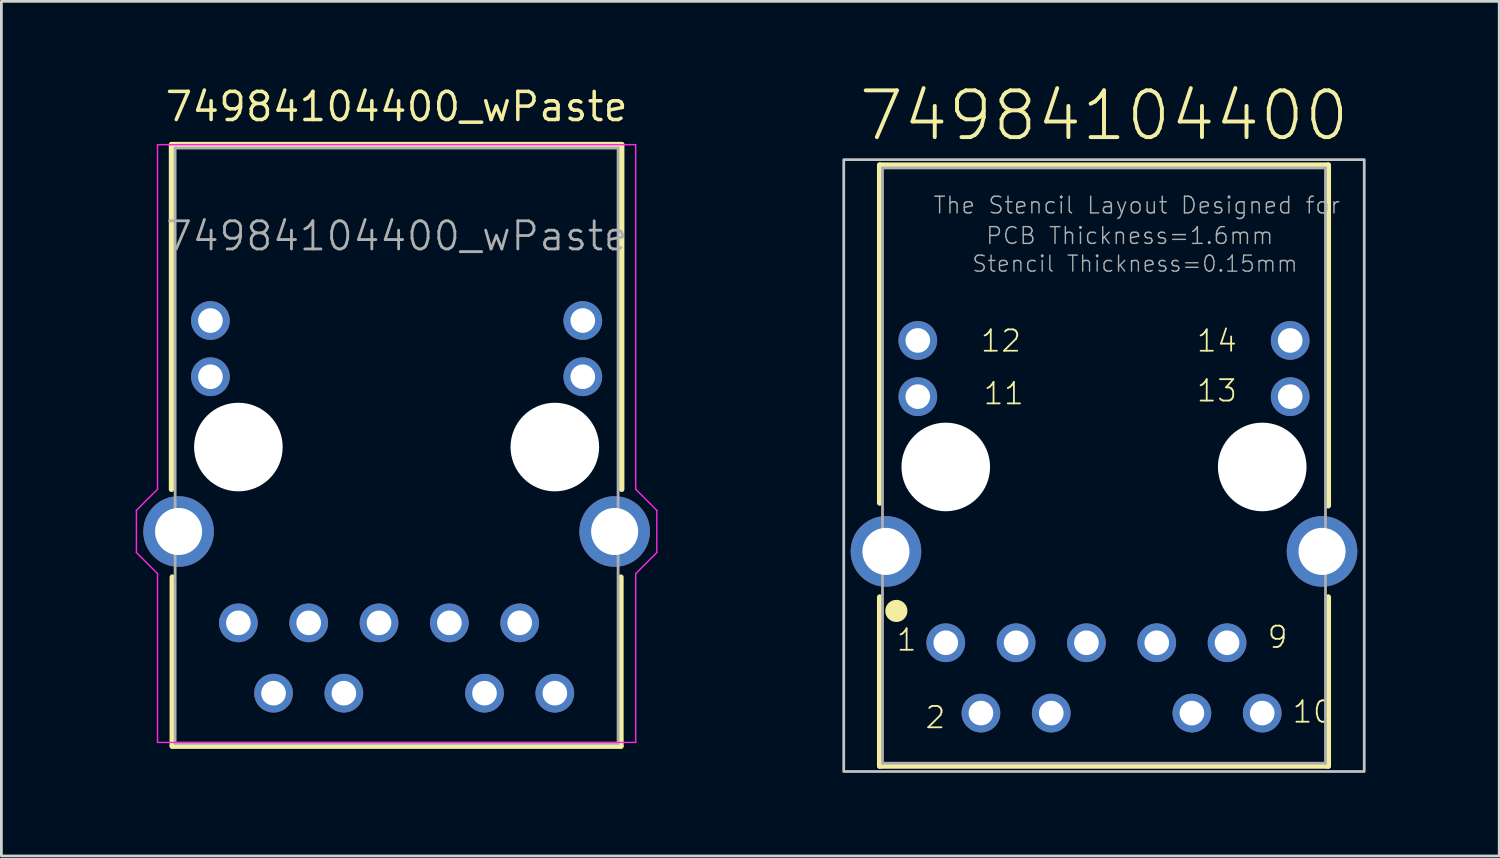
<source format=kicad_pcb>
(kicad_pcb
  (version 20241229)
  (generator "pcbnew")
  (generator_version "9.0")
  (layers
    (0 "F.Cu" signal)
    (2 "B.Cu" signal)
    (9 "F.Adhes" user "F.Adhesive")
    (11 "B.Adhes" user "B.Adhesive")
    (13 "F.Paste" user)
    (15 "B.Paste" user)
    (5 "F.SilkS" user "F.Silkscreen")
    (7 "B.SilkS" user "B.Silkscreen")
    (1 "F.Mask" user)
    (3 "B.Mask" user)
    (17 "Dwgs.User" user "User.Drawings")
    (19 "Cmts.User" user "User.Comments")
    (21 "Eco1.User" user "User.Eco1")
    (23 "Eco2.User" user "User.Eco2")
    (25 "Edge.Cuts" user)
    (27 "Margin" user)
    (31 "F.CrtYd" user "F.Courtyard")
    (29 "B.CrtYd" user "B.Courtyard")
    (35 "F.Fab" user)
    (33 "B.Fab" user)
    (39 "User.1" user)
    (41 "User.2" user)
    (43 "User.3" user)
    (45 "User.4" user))
  (footprint "74984104400_wPaste"
    (layer "F.Cu")
    (at 11.275 13.097)
    (property "Reference" "74984104400_wPaste" (at 0 -11.7 0) (layer "F.SilkS") (effects (font (size 1.016 1.016) (thickness 0.127)) (justify bottom)))
    (attr through_hole)
    (fp_line (start -8.128 -10.922) (end -8.128 1.524) (stroke (width 0.2) (type solid)) (layer "F.SilkS"))
    (fp_line (start -8.128 -10.922) (end 8.128 -10.922) (stroke (width 0.2) (type solid)) (layer "F.SilkS"))
    (fp_line (start -8.1 4.7) (end -8.1 10.8) (stroke (width 0.2) (type solid)) (layer "F.SilkS"))
    (fp_line (start -8.1 10.8) (end 8.1 10.8) (stroke (width 0.2) (type solid)) (layer "F.SilkS"))
    (fp_line (start 8.1 10.8) (end 8.1 4.7) (stroke (width 0.2) (type solid)) (layer "F.SilkS"))
    (fp_line (start 8.128 -10.922) (end 8.128 1.524) (stroke (width 0.2) (type solid)) (layer "F.SilkS"))
    (fp_poly (pts (xy -11.275 1.75) (xy -4.475 1.75) (xy -4.475 4.35) (xy -11.275 4.35)) (stroke (width 0) (type solid)) (fill yes) (layer "F.Paste"))
    (fp_poly (pts (xy -8.625 -5.37) (xy -4.825 -5.37) (xy -4.825 -3.77) (xy -8.625 -3.77)) (stroke (width 0) (type solid)) (fill yes) (layer "F.Paste"))
    (fp_poly (pts (xy -8.625 -3.34) (xy -4.825 -3.34) (xy -4.825 -1.74) (xy -8.625 -1.74)) (stroke (width 0) (type solid)) (fill yes) (layer "F.Paste"))
    (fp_poly (pts (xy -6.82 4.65) (xy -4.62 4.65) (xy -4.62 7.45) (xy -6.82 7.45)) (stroke (width 0) (type solid)) (fill yes) (layer "F.Paste"))
    (fp_poly (pts (xy -5.55 7.79) (xy -3.35 7.79) (xy -3.35 10.59) (xy -5.55 10.59)) (stroke (width 0) (type solid)) (fill yes) (layer "F.Paste"))
    (fp_poly (pts (xy -4.28 4.65) (xy -2.08 4.65) (xy -2.08 7.45) (xy -4.28 7.45)) (stroke (width 0) (type solid)) (fill yes) (layer "F.Paste"))
    (fp_poly (pts (xy -3.01 7.79) (xy -0.81 7.79) (xy -0.81 10.59) (xy -3.01 10.59)) (stroke (width 0) (type solid)) (fill yes) (layer "F.Paste"))
    (fp_poly (pts (xy -1.74 4.65) (xy 0.46 4.65) (xy 0.46 7.45) (xy -1.74 7.45)) (stroke (width 0) (type solid)) (fill yes) (layer "F.Paste"))
    (fp_poly (pts (xy 0.8 4.65) (xy 3 4.65) (xy 3 7.45) (xy 0.8 7.45)) (stroke (width 0) (type solid)) (fill yes) (layer "F.Paste"))
    (fp_poly (pts (xy 2.07 7.79) (xy 4.27 7.79) (xy 4.27 10.59) (xy 2.07 10.59)) (stroke (width 0) (type solid)) (fill yes) (layer "F.Paste"))
    (fp_poly (pts (xy 3.34 4.65) (xy 5.54 4.65) (xy 5.54 7.45) (xy 3.34 7.45)) (stroke (width 0) (type solid)) (fill yes) (layer "F.Paste"))
    (fp_poly (pts (xy 4.475 1.75) (xy 11.275 1.75) (xy 11.275 4.35) (xy 4.475 4.35)) (stroke (width 0) (type solid)) (fill yes) (layer "F.Paste"))
    (fp_poly (pts (xy 4.61 7.79) (xy 6.81 7.79) (xy 6.81 10.59) (xy 4.61 10.59)) (stroke (width 0) (type solid)) (fill yes) (layer "F.Paste"))
    (fp_poly (pts (xy 4.825 -5.37) (xy 8.625 -5.37) (xy 8.625 -3.77) (xy 4.825 -3.77)) (stroke (width 0) (type solid)) (fill yes) (layer "F.Paste"))
    (fp_poly (pts (xy 4.825 -3.34) (xy 8.625 -3.34) (xy 8.625 -1.74) (xy 4.825 -1.74)) (stroke (width 0) (type solid)) (fill yes) (layer "F.Paste"))
    (fp_line (start -9.398 2.286) (end -9.398 3.81) (stroke (width 0.051) (type solid)) (layer "F.CrtYd"))
    (fp_line (start -9.398 3.81) (end -8.636 4.572) (stroke (width 0.051) (type solid)) (layer "F.CrtYd"))
    (fp_line (start -8.636 -10.922) (end 8.636 -10.922) (stroke (width 0.051) (type solid)) (layer "F.CrtYd"))
    (fp_line (start -8.636 1.524) (end -9.398 2.286) (stroke (width 0.051) (type solid)) (layer "F.CrtYd"))
    (fp_line (start -8.636 1.524) (end -8.636 -10.922) (stroke (width 0.051) (type solid)) (layer "F.CrtYd"))
    (fp_line (start -8.636 4.572) (end -8.636 10.668) (stroke (width 0.051) (type solid)) (layer "F.CrtYd"))
    (fp_line (start 8.636 -10.922) (end 8.636 1.524) (stroke (width 0.051) (type solid)) (layer "F.CrtYd"))
    (fp_line (start 8.636 1.524) (end 9.398 2.286) (stroke (width 0.051) (type solid)) (layer "F.CrtYd"))
    (fp_line (start 8.636 4.572) (end 8.636 10.668) (stroke (width 0.051) (type solid)) (layer "F.CrtYd"))
    (fp_line (start 8.636 10.668) (end -8.636 10.668) (stroke (width 0.051) (type solid)) (layer "F.CrtYd"))
    (fp_line (start 9.398 2.286) (end 9.398 3.81) (stroke (width 0.051) (type solid)) (layer "F.CrtYd"))
    (fp_line (start 9.398 3.81) (end 8.636 4.572) (stroke (width 0.051) (type solid)) (layer "F.CrtYd"))
    (fp_line (start -8 -10.8) (end 8 -10.8) (stroke (width 0.102) (type solid)) (layer "F.Fab"))
    (fp_line (start -8 10.7) (end -8 -10.8) (stroke (width 0.102) (type solid)) (layer "F.Fab"))
    (fp_line (start 8 -10.8) (end 8 10.7) (stroke (width 0.102) (type solid)) (layer "F.Fab"))
    (fp_line (start 8 10.7) (end -8 10.7) (stroke (width 0.102) (type solid)) (layer "F.Fab"))
    (fp_text user "${REFERENCE}" (at 0 -7.62 0) (layer "F.Fab") (effects (font (size 1.016 1.016) (thickness 0.102))))
    (pad "" np_thru_hole circle (at -5.715 0) (size 3.2 3.2) (drill 3.2) (layers "*.Cu" "*.Mask"))
    (pad "" np_thru_hole circle (at 5.715 0) (size 3.2 3.2) (drill 3.2) (layers "*.Cu" "*.Mask"))
    (pad "1" thru_hole circle (at -5.715 6.35) (size 1.398 1.398) (drill 0.89) (layers "*.Cu" "*.Mask"))
    (pad "2" thru_hole circle (at -4.445 8.89) (size 1.398 1.398) (drill 0.89) (layers "*.Cu" "*.Mask"))
    (pad "3" thru_hole circle (at -3.175 6.35) (size 1.398 1.398) (drill 0.89) (layers "*.Cu" "*.Mask"))
    (pad "4" thru_hole circle (at -1.905 8.89) (size 1.398 1.398) (drill 0.89) (layers "*.Cu" "*.Mask"))
    (pad "5" thru_hole circle (at -0.635 6.35) (size 1.398 1.398) (drill 0.89) (layers "*.Cu" "*.Mask"))
    (pad "7" thru_hole circle (at 1.905 6.35) (size 1.398 1.398) (drill 0.89) (layers "*.Cu" "*.Mask"))
    (pad "8" thru_hole circle (at 3.175 8.89) (size 1.398 1.398) (drill 0.89) (layers "*.Cu" "*.Mask"))
    (pad "9" thru_hole circle (at 4.445 6.35) (size 1.398 1.398) (drill 0.89) (layers "*.Cu" "*.Mask"))
    (pad "10" thru_hole circle (at 5.715 8.89) (size 1.398 1.398) (drill 0.89) (layers "*.Cu" "*.Mask"))
    (pad "11" thru_hole circle (at -6.725 -2.54) (size 1.398 1.398) (drill 0.89) (layers "*.Cu" "*.Mask"))
    (pad "12" thru_hole circle (at -6.725 -4.57) (size 1.398 1.398) (drill 0.89) (layers "*.Cu" "*.Mask"))
    (pad "13" thru_hole circle (at 6.725 -2.54) (size 1.398 1.398) (drill 0.89) (layers "*.Cu" "*.Mask"))
    (pad "14" thru_hole circle (at 6.725 -4.57) (size 1.398 1.398) (drill 0.89) (layers "*.Cu" "*.Mask"))
    (pad "15" thru_hole circle (at -7.875 3.05) (size 2.55 2.55) (drill 1.7) (layers "*.Cu" "*.Mask"))
    (pad "16" thru_hole circle (at 7.875 3.05) (size 2.55 2.55) (drill 1.7) (layers "*.Cu" "*.Mask")))
  (footprint "74984104400"
    (layer "F.Cu")
    (at 36.825 13.816)
    (property "Reference" "74984104400" (at 0 -11.7 0) (layer "F.SilkS") (effects (font (size 1.689 1.689) (thickness 0.142)) (justify bottom)))
    (attr through_hole)
    (fp_line (start -8.1 -10.9) (end 8.1 -10.9) (stroke (width 0.2) (type solid)) (layer "F.SilkS"))
    (fp_line (start -8.1 1.3) (end -8.1 -10.9) (stroke (width 0.2) (type solid)) (layer "F.SilkS"))
    (fp_line (start -8.1 4.7) (end -8.1 10.8) (stroke (width 0.2) (type solid)) (layer "F.SilkS"))
    (fp_line (start -8.1 10.8) (end 8.1 10.8) (stroke (width 0.2) (type solid)) (layer "F.SilkS"))
    (fp_line (start 8.1 -10.9) (end 8.1 1.4) (stroke (width 0.2) (type solid)) (layer "F.SilkS"))
    (fp_line (start 8.1 10.8) (end 8.1 4.7) (stroke (width 0.2) (type solid)) (layer "F.SilkS"))
    (fp_circle (center -7.5 5.2) (end -7.3 5.2) (stroke (width 0.4) (type solid)) (fill no) (layer "F.SilkS"))
    (fp_poly (pts (xy -11.275 1.75) (xy -4.475 1.75) (xy -4.475 4.35) (xy -11.275 4.35)) (stroke (width 0) (type solid)) (fill yes) (layer "F.Paste"))
    (fp_poly (pts (xy -8.625 -5.37) (xy -4.825 -5.37) (xy -4.825 -3.77) (xy -8.625 -3.77)) (stroke (width 0) (type solid)) (fill yes) (layer "F.Paste"))
    (fp_poly (pts (xy -8.625 -3.34) (xy -4.825 -3.34) (xy -4.825 -1.74) (xy -8.625 -1.74)) (stroke (width 0) (type solid)) (fill yes) (layer "F.Paste"))
    (fp_poly (pts (xy -6.82 4.65) (xy -4.62 4.65) (xy -4.62 7.45) (xy -6.82 7.45)) (stroke (width 0) (type solid)) (fill yes) (layer "F.Paste"))
    (fp_poly (pts (xy -5.55 7.79) (xy -3.35 7.79) (xy -3.35 10.59) (xy -5.55 10.59)) (stroke (width 0) (type solid)) (fill yes) (layer "F.Paste"))
    (fp_poly (pts (xy -4.28 4.65) (xy -2.08 4.65) (xy -2.08 7.45) (xy -4.28 7.45)) (stroke (width 0) (type solid)) (fill yes) (layer "F.Paste"))
    (fp_poly (pts (xy -3.01 7.79) (xy -0.81 7.79) (xy -0.81 10.59) (xy -3.01 10.59)) (stroke (width 0) (type solid)) (fill yes) (layer "F.Paste"))
    (fp_poly (pts (xy -1.74 4.65) (xy 0.46 4.65) (xy 0.46 7.45) (xy -1.74 7.45)) (stroke (width 0) (type solid)) (fill yes) (layer "F.Paste"))
    (fp_poly (pts (xy 0.8 4.65) (xy 3 4.65) (xy 3 7.45) (xy 0.8 7.45)) (stroke (width 0) (type solid)) (fill yes) (layer "F.Paste"))
    (fp_poly (pts (xy 2.07 7.79) (xy 4.27 7.79) (xy 4.27 10.59) (xy 2.07 10.59)) (stroke (width 0) (type solid)) (fill yes) (layer "F.Paste"))
    (fp_poly (pts (xy 3.34 4.65) (xy 5.54 4.65) (xy 5.54 7.45) (xy 3.34 7.45)) (stroke (width 0) (type solid)) (fill yes) (layer "F.Paste"))
    (fp_poly (pts (xy 4.475 1.75) (xy 11.275 1.75) (xy 11.275 4.35) (xy 4.475 4.35)) (stroke (width 0) (type solid)) (fill yes) (layer "F.Paste"))
    (fp_poly (pts (xy 4.61 7.79) (xy 6.81 7.79) (xy 6.81 10.59) (xy 4.61 10.59)) (stroke (width 0) (type solid)) (fill yes) (layer "F.Paste"))
    (fp_poly (pts (xy 4.825 -5.37) (xy 8.625 -5.37) (xy 8.625 -3.77) (xy 4.825 -3.77)) (stroke (width 0) (type solid)) (fill yes) (layer "F.Paste"))
    (fp_poly (pts (xy 4.825 -3.34) (xy 8.625 -3.34) (xy 8.625 -1.74) (xy 4.825 -1.74)) (stroke (width 0) (type solid)) (fill yes) (layer "F.Paste"))
    (fp_poly (pts (xy -9.4 -11.1) (xy 9.4 -11.1) (xy 9.4 11) (xy -9.4 11)) (stroke (width 0.1) (type solid)) (fill no) (layer "Dwgs.User"))
    (fp_line (start -8 -10.8) (end 8 -10.8) (stroke (width 0.1) (type solid)) (layer "F.Fab"))
    (fp_line (start -8 10.7) (end -8 -10.8) (stroke (width 0.1) (type solid)) (layer "F.Fab"))
    (fp_line (start 8 -10.8) (end 8 10.7) (stroke (width 0.1) (type solid)) (layer "F.Fab"))
    (fp_line (start 8 10.7) (end -8 10.7) (stroke (width 0.1) (type solid)) (layer "F.Fab"))
    (fp_text user "11" (at -4.4 -2.2 0) (layer "F.SilkS") (effects (font (size 0.772 0.772) (thickness 0.065)) (justify left bottom)))
    (fp_text user "2" (at -6.5 9.5 0) (layer "F.SilkS") (effects (font (size 0.772 0.772) (thickness 0.065)) (justify left bottom)))
    (fp_text user "10" (at 6.76 9.3 0) (layer "F.SilkS") (effects (font (size 0.772 0.772) (thickness 0.065)) (justify left bottom)))
    (fp_text user "12" (at -4.5 -4.1 0) (layer "F.SilkS") (effects (font (size 0.772 0.772) (thickness 0.065)) (justify left bottom)))
    (fp_text user "1" (at -7.54 6.7 0) (layer "F.SilkS") (effects (font (size 0.772 0.772) (thickness 0.065)) (justify left bottom)))
    (fp_text user "13" (at 3.3 -2.3 0) (layer "F.SilkS") (effects (font (size 0.772 0.772) (thickness 0.065)) (justify left bottom)))
    (fp_text user "9" (at 5.86 6.6 0) (layer "F.SilkS") (effects (font (size 0.772 0.772) (thickness 0.065)) (justify left bottom)))
    (fp_text user "14" (at 3.3 -4.1 0) (layer "F.SilkS") (effects (font (size 0.772 0.772) (thickness 0.065)) (justify left bottom)))
    (fp_text user "The Stencil Layout Designed for " (at -6.2 -9.1 0) (layer "F.Fab") (effects (font (size 0.603 0.603) (thickness 0.051)) (justify left bottom)))
    (fp_text user "PCB Thickness=1.6mm" (at -4.3 -8 0) (layer "F.Fab") (effects (font (size 0.603 0.603) (thickness 0.051)) (justify left bottom)))
    (fp_text user "Stencil Thickness=0.15mm" (at -4.8 -7 0) (layer "F.Fab") (effects (font (size 0.579 0.579) (thickness 0.049)) (justify left bottom)))
    (pad "" np_thru_hole circle (at -5.715 0) (size 3.2 3.2) (drill 3.2) (layers "*.Cu" "*.Mask"))
    (pad "" np_thru_hole circle (at 5.715 0) (size 3.2 3.2) (drill 3.2) (layers "*.Cu" "*.Mask"))
    (pad "1" thru_hole circle (at -5.715 6.35) (size 1.398 1.398) (drill 0.89) (layers "*.Cu" "*.Mask"))
    (pad "2" thru_hole circle (at -4.445 8.89) (size 1.398 1.398) (drill 0.89) (layers "*.Cu" "*.Mask"))
    (pad "3" thru_hole circle (at -3.175 6.35) (size 1.398 1.398) (drill 0.89) (layers "*.Cu" "*.Mask"))
    (pad "4" thru_hole circle (at -1.905 8.89) (size 1.398 1.398) (drill 0.89) (layers "*.Cu" "*.Mask"))
    (pad "5" thru_hole circle (at -0.635 6.35) (size 1.398 1.398) (drill 0.89) (layers "*.Cu" "*.Mask"))
    (pad "7" thru_hole circle (at 4.445 6.35) (size 1.398 1.398) (drill 0.89) (layers "*.Cu" "*.Mask"))
    (pad "8" thru_hole circle (at 3.175 8.89) (size 1.398 1.398) (drill 0.89) (layers "*.Cu" "*.Mask"))
    (pad "9" thru_hole circle (at 1.905 6.35) (size 1.398 1.398) (drill 0.89) (layers "*.Cu" "*.Mask"))
    (pad "10" thru_hole circle (at 5.715 8.89) (size 1.398 1.398) (drill 0.89) (layers "*.Cu" "*.Mask"))
    (pad "11" thru_hole circle (at -6.725 -2.54) (size 1.398 1.398) (drill 0.89) (layers "*.Cu" "*.Mask"))
    (pad "12" thru_hole circle (at -6.725 -4.57) (size 1.398 1.398) (drill 0.89) (layers "*.Cu" "*.Mask"))
    (pad "13" thru_hole circle (at 6.725 -2.54) (size 1.398 1.398) (drill 0.89) (layers "*.Cu" "*.Mask"))
    (pad "14" thru_hole circle (at 6.725 -4.57) (size 1.398 1.398) (drill 0.89) (layers "*.Cu" "*.Mask"))
    (pad "Z1" thru_hole circle (at -7.875 3.05) (size 2.55 2.55) (drill 1.7) (layers "*.Cu" "*.Mask"))
    (pad "Z2" thru_hole circle (at 7.875 3.05) (size 2.55 2.55) (drill 1.7) (layers "*.Cu" "*.Mask")))
  (gr_rect
    (start -3 -3)
    (end 51.1 27.866)
    (stroke (width 0.1) (type default))
    (fill no)
    (layer "Edge.Cuts")))
</source>
